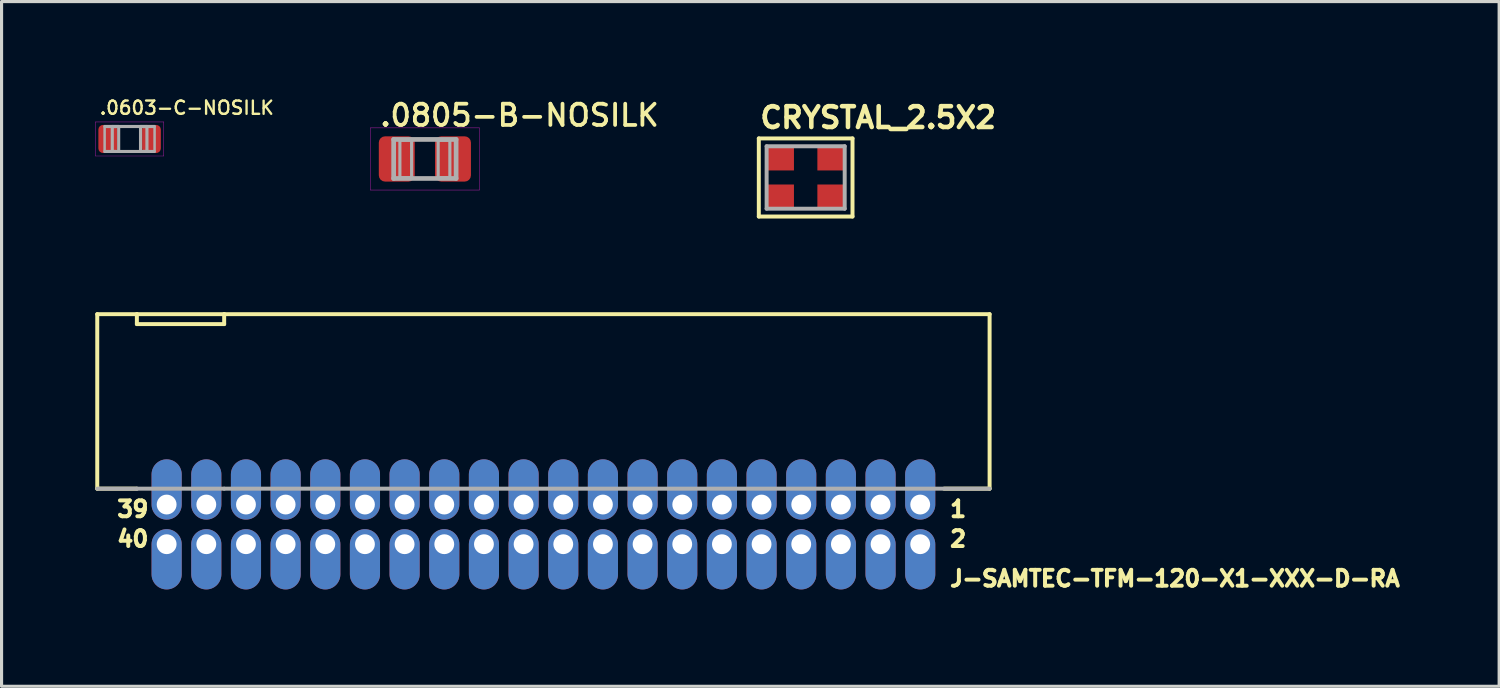
<source format=kicad_pcb>
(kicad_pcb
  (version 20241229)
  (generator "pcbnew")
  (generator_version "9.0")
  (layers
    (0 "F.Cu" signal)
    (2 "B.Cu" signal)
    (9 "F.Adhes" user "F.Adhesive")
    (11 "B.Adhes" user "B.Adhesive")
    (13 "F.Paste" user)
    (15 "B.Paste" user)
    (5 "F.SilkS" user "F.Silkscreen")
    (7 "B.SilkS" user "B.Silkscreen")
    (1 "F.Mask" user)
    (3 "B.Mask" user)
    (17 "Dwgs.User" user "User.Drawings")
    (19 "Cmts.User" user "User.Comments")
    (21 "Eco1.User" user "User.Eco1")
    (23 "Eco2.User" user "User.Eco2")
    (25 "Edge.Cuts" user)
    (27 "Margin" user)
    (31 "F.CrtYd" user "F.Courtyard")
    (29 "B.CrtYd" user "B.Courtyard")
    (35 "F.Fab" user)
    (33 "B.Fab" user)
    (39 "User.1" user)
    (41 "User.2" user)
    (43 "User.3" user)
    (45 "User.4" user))
  (footprint ".0805-B-NOSILK"
    (layer "F.Cu")
    (at 10.555 2.04)
    (property "Reference" ".0805-B-NOSILK" (at -1.5 -1 0) (layer "F.SilkS") (effects (font (size 0.68 0.68) (thickness 0.12)) (justify left bottom)))
    (fp_poly (pts (xy -0.26 0.79) (xy -1.54 0.79) (xy -1.54 -0.79) (xy -0.26 -0.79)) (stroke (width 0) (type default)) (fill yes) (layer "F.Mask"))
    (fp_poly (pts (xy 1.54 0.79) (xy 0.26 0.79) (xy 0.26 -0.79) (xy 1.54 -0.79)) (stroke (width 0) (type default)) (fill yes) (layer "F.Mask"))
    (fp_line (start -1.745 -0.995) (end -1.745 0.995) (stroke (width 0.01) (type solid)) (layer "F.CrtYd"))
    (fp_line (start -1.745 0.995) (end 1.745 0.995) (stroke (width 0.01) (type solid)) (layer "F.CrtYd"))
    (fp_line (start 1.745 -0.995) (end -1.745 -0.995) (stroke (width 0.01) (type solid)) (layer "F.CrtYd"))
    (fp_line (start 1.745 0.995) (end 1.745 -0.995) (stroke (width 0.01) (type solid)) (layer "F.CrtYd"))
    (fp_line (start -1 -0.625) (end 1 -0.625) (stroke (width 0.15) (type solid)) (layer "F.Fab"))
    (fp_line (start -1 0.625) (end -1 -0.625) (stroke (width 0.15) (type solid)) (layer "F.Fab"))
    (fp_line (start 1 -0.625) (end 1 0.625) (stroke (width 0.15) (type solid)) (layer "F.Fab"))
    (fp_line (start 1 0.625) (end -1 0.625) (stroke (width 0.15) (type solid)) (layer "F.Fab"))
    (fp_poly (pts (xy -0.8 0.6) (xy -0.425 0.6) (xy -0.425 -0.6) (xy -0.8 -0.6)) (stroke (width 0.1) (type default)) (fill no) (layer "F.Fab"))
    (fp_poly (pts (xy 0.425 0.6) (xy 0.8 0.6) (xy 0.8 -0.6) (xy 0.425 -0.6)) (stroke (width 0.1) (type default)) (fill no) (layer "F.Fab"))
    (pad "1" smd roundrect (at -0.9 0) (size 1.15 1.45) (layers "F.Cu" "F.Paste") (roundrect_rratio 0.175))
    (pad "2" smd roundrect (at 0.9 0) (size 1.15 1.45) (layers "F.Cu" "F.Paste") (roundrect_rratio 0.175)))
  (footprint ".0603-C-NOSILK"
    (layer "F.Cu")
    (at 1.1 1.4)
    (property "Reference" ".0603-C-NOSILK" (at -1 -0.75 0) (layer "F.SilkS") (effects (font (size 0.425 0.425) (thickness 0.075)) (justify left bottom)))
    (fp_line (start -0.845 -0.295) (end -0.845 0.295) (stroke (width 0.43) (type solid)) (layer "F.Mask"))
    (fp_line (start -0.555 -0.295) (end -0.845 -0.295) (stroke (width 0.43) (type solid)) (layer "F.Mask"))
    (fp_line (start -0.555 -0.295) (end -0.555 0.295) (stroke (width 0.43) (type solid)) (layer "F.Mask"))
    (fp_line (start -0.555 0.295) (end -0.845 0.295) (stroke (width 0.43) (type solid)) (layer "F.Mask"))
    (fp_line (start 0.555 -0.295) (end 0.555 0.295) (stroke (width 0.43) (type solid)) (layer "F.Mask"))
    (fp_line (start 0.845 -0.295) (end 0.555 -0.295) (stroke (width 0.43) (type solid)) (layer "F.Mask"))
    (fp_line (start 0.845 -0.295) (end 0.845 0.295) (stroke (width 0.43) (type solid)) (layer "F.Mask"))
    (fp_line (start 0.845 0.295) (end 0.555 0.295) (stroke (width 0.43) (type solid)) (layer "F.Mask"))
    (fp_line (start -1.095 -0.545) (end -1.095 0.545) (stroke (width 0.01) (type solid)) (layer "F.CrtYd"))
    (fp_line (start -1.095 0.545) (end 1.095 0.545) (stroke (width 0.01) (type solid)) (layer "F.CrtYd"))
    (fp_line (start 1.095 -0.545) (end -1.095 -0.545) (stroke (width 0.01) (type solid)) (layer "F.CrtYd"))
    (fp_line (start 1.095 0.545) (end 1.095 -0.545) (stroke (width 0.01) (type solid)) (layer "F.CrtYd"))
    (fp_line (start -0.8 0.41) (end -0.8 -0.41) (stroke (width 0.08) (type solid)) (layer "F.Fab"))
    (fp_line (start -0.79 -0.4) (end 0.79 -0.4) (stroke (width 0.1) (type solid)) (layer "F.Fab"))
    (fp_line (start 0.79 0.4) (end -0.79 0.4) (stroke (width 0.1) (type solid)) (layer "F.Fab"))
    (fp_line (start 0.8 -0.41) (end 0.8 0.41) (stroke (width 0.08) (type solid)) (layer "F.Fab"))
    (fp_poly (pts (xy -0.555 0.4) (xy -0.35 0.4) (xy -0.35 -0.4) (xy -0.555 -0.4)) (stroke (width 0.1) (type default)) (fill no) (layer "F.Fab"))
    (fp_poly (pts (xy 0.35 0.4) (xy 0.555 0.4) (xy 0.555 -0.4) (xy 0.35 -0.4)) (stroke (width 0.1) (type default)) (fill no) (layer "F.Fab"))
    (pad "1" smd roundrect (at -0.7 0) (size 0.6 0.9) (layers "F.Cu" "F.Paste") (roundrect_rratio 0.25))
    (pad "2" smd roundrect (at 0.7 0) (size 0.6 0.9) (layers "F.Cu" "F.Paste") (roundrect_rratio 0.25)))
  (footprint "CRYSTAL_2.5X2"
    (layer "F.Cu")
    (at 22.748 2.633)
    (property "Reference" "CRYSTAL_2.5X2" (at -1.532 -1.528 0) (layer "F.SilkS") (effects (font (size 0.666 0.666) (thickness 0.146)) (justify left bottom)))
    (fp_line (start -1.5 -1.25) (end 1.5 -1.25) (stroke (width 0.127) (type solid)) (layer "F.SilkS"))
    (fp_line (start -1.5 1.25) (end -1.5 -1.25) (stroke (width 0.127) (type solid)) (layer "F.SilkS"))
    (fp_line (start 1.5 -1.25) (end 1.5 1.25) (stroke (width 0.127) (type solid)) (layer "F.SilkS"))
    (fp_line (start 1.5 1.25) (end -1.5 1.25) (stroke (width 0.127) (type solid)) (layer "F.SilkS"))
    (fp_line (start -1.25 -1) (end 1.25 -1) (stroke (width 0.127) (type solid)) (layer "F.Fab"))
    (fp_line (start -1.25 1) (end -1.25 -1) (stroke (width 0.127) (type solid)) (layer "F.Fab"))
    (fp_line (start 1.25 -1) (end 1.25 1) (stroke (width 0.127) (type solid)) (layer "F.Fab"))
    (fp_line (start 1.25 1) (end -1.25 1) (stroke (width 0.127) (type solid)) (layer "F.Fab"))
    (pad "1" smd rect (at -0.825 0.625) (size 0.9 0.8) (layers "F.Cu" "F.Mask" "F.Paste"))
    (pad "2" smd rect (at 0.825 0.625) (size 0.9 0.8) (layers "F.Cu" "F.Mask" "F.Paste"))
    (pad "3" smd rect (at 0.825 -0.625) (size 0.9 0.8) (layers "F.Cu" "F.Mask" "F.Paste"))
    (pad "4" smd rect (at -0.825 -0.625) (size 0.9 0.8) (layers "F.Cu" "F.Mask" "F.Paste")))
  (footprint "J-SAMTEC-TFM-120-X1-XXX-D-RA"
    (layer "F.Cu")
    (at 14.351 13.741)
    (property "Reference" "J-SAMTEC-TFM-120-X1-XXX-D-RA" (at 12.954 2.032 0) (layer "F.SilkS") (effects (font (size 0.508 0.508) (thickness 0.127)) (justify left bottom)))
    (fp_line (start -14.287 -6.731) (end -13.018 -6.731) (stroke (width 0.127) (type solid)) (layer "F.SilkS"))
    (fp_line (start -14.287 -1.143) (end -14.287 -6.731) (stroke (width 0.127) (type solid)) (layer "F.SilkS"))
    (fp_line (start -14.287 -1.143) (end -13.018 -1.143) (stroke (width 0.127) (type solid)) (layer "F.SilkS"))
    (fp_line (start -13.018 -6.731) (end -13.018 -6.413) (stroke (width 0.127) (type solid)) (layer "F.SilkS"))
    (fp_line (start -13.018 -6.731) (end -10.223 -6.731) (stroke (width 0.127) (type solid)) (layer "F.SilkS"))
    (fp_line (start -13.018 -6.413) (end -10.223 -6.413) (stroke (width 0.127) (type solid)) (layer "F.SilkS"))
    (fp_line (start -10.223 -6.731) (end 14.287 -6.731) (stroke (width 0.127) (type solid)) (layer "F.SilkS"))
    (fp_line (start -10.223 -6.413) (end -10.223 -6.731) (stroke (width 0.127) (type solid)) (layer "F.SilkS"))
    (fp_line (start 12.827 -1.143) (end 14.287 -1.143) (stroke (width 0.127) (type solid)) (layer "F.SilkS"))
    (fp_line (start 14.287 -6.731) (end 14.287 -1.143) (stroke (width 0.127) (type solid)) (layer "F.SilkS"))
    (fp_line (start -14.287 -1.143) (end -13.018 -1.143) (stroke (width 0.127) (type solid)) (layer "F.Fab"))
    (fp_line (start -13.018 -1.143) (end -10.223 -1.143) (stroke (width 0.127) (type solid)) (layer "F.Fab"))
    (fp_line (start -10.223 -1.143) (end 14.287 -1.143) (stroke (width 0.127) (type solid)) (layer "F.Fab"))
    (fp_text user "2" (at 12.954 0.762 0) (layer "F.SilkS") (effects (font (size 0.508 0.508) (thickness 0.127)) (justify left bottom)))
    (fp_text user "1" (at 12.954 -0.191 0) (layer "F.SilkS") (effects (font (size 0.508 0.508) (thickness 0.127)) (justify left bottom)))
    (fp_text user "39" (at -13.716 -0.191 0) (layer "F.SilkS") (effects (font (size 0.508 0.508) (thickness 0.127)) (justify left bottom)))
    (fp_text user "40" (at -13.716 0.762 0) (layer "F.SilkS") (effects (font (size 0.508 0.508) (thickness 0.127)) (justify left bottom)))
    (pad "1" thru_hole oval (at 12.065 -0.635 90) (size 1.93 0.965) (drill 0.635 (offset 0.483 0)) (layers "*.Cu" "*.Mask"))
    (pad "2" thru_hole oval (at 12.065 0.635 270) (size 1.93 0.965) (drill 0.635 (offset 0.483 0)) (layers "*.Cu" "*.Mask"))
    (pad "3" thru_hole oval (at 10.795 -0.635 90) (size 1.93 0.965) (drill 0.635 (offset 0.483 0)) (layers "*.Cu" "*.Mask"))
    (pad "4" thru_hole oval (at 10.795 0.635 270) (size 1.93 0.965) (drill 0.635 (offset 0.483 0)) (layers "*.Cu" "*.Mask"))
    (pad "5" thru_hole oval (at 9.525 -0.635 90) (size 1.93 0.965) (drill 0.635 (offset 0.483 0)) (layers "*.Cu" "*.Mask"))
    (pad "6" thru_hole oval (at 9.525 0.635 270) (size 1.93 0.965) (drill 0.635 (offset 0.483 0)) (layers "*.Cu" "*.Mask"))
    (pad "7" thru_hole oval (at 8.255 -0.635 90) (size 1.93 0.965) (drill 0.635 (offset 0.483 0)) (layers "*.Cu" "*.Mask"))
    (pad "8" thru_hole oval (at 8.255 0.635 270) (size 1.93 0.965) (drill 0.635 (offset 0.483 0)) (layers "*.Cu" "*.Mask"))
    (pad "9" thru_hole oval (at 6.985 -0.635 90) (size 1.93 0.965) (drill 0.635 (offset 0.483 0)) (layers "*.Cu" "*.Mask"))
    (pad "10" thru_hole oval (at 6.985 0.635 270) (size 1.93 0.965) (drill 0.635 (offset 0.483 0)) (layers "*.Cu" "*.Mask"))
    (pad "11" thru_hole oval (at 5.715 -0.635 90) (size 1.93 0.965) (drill 0.635 (offset 0.483 0)) (layers "*.Cu" "*.Mask"))
    (pad "12" thru_hole oval (at 5.715 0.635 270) (size 1.93 0.965) (drill 0.635 (offset 0.483 0)) (layers "*.Cu" "*.Mask"))
    (pad "13" thru_hole oval (at 4.445 -0.635 90) (size 1.93 0.965) (drill 0.635 (offset 0.483 0)) (layers "*.Cu" "*.Mask"))
    (pad "14" thru_hole oval (at 4.445 0.635 270) (size 1.93 0.965) (drill 0.635 (offset 0.483 0)) (layers "*.Cu" "*.Mask"))
    (pad "15" thru_hole oval (at 3.175 -0.635 90) (size 1.93 0.965) (drill 0.635 (offset 0.483 0)) (layers "*.Cu" "*.Mask"))
    (pad "16" thru_hole oval (at 3.175 0.635 270) (size 1.93 0.965) (drill 0.635 (offset 0.483 0)) (layers "*.Cu" "*.Mask"))
    (pad "17" thru_hole oval (at 1.905 -0.635 90) (size 1.93 0.965) (drill 0.635 (offset 0.483 0)) (layers "*.Cu" "*.Mask"))
    (pad "18" thru_hole oval (at 1.905 0.635 270) (size 1.93 0.965) (drill 0.635 (offset 0.483 0)) (layers "*.Cu" "*.Mask"))
    (pad "19" thru_hole oval (at 0.635 -0.635 90) (size 1.93 0.965) (drill 0.635 (offset 0.483 0)) (layers "*.Cu" "*.Mask"))
    (pad "20" thru_hole oval (at 0.635 0.635 270) (size 1.93 0.965) (drill 0.635 (offset 0.483 0)) (layers "*.Cu" "*.Mask"))
    (pad "21" thru_hole oval (at -0.635 -0.635 90) (size 1.93 0.965) (drill 0.635 (offset 0.483 0)) (layers "*.Cu" "*.Mask"))
    (pad "22" thru_hole oval (at -0.635 0.635 270) (size 1.93 0.965) (drill 0.635 (offset 0.483 0)) (layers "*.Cu" "*.Mask"))
    (pad "23" thru_hole oval (at -1.905 -0.635 90) (size 1.93 0.965) (drill 0.635 (offset 0.483 0)) (layers "*.Cu" "*.Mask"))
    (pad "24" thru_hole oval (at -1.905 0.635 270) (size 1.93 0.965) (drill 0.635 (offset 0.483 0)) (layers "*.Cu" "*.Mask"))
    (pad "25" thru_hole oval (at -3.175 -0.635 90) (size 1.93 0.965) (drill 0.635 (offset 0.483 0)) (layers "*.Cu" "*.Mask"))
    (pad "26" thru_hole oval (at -3.175 0.635 270) (size 1.93 0.965) (drill 0.635 (offset 0.483 0)) (layers "*.Cu" "*.Mask"))
    (pad "27" thru_hole oval (at -4.445 -0.635 90) (size 1.93 0.965) (drill 0.635 (offset 0.483 0)) (layers "*.Cu" "*.Mask"))
    (pad "28" thru_hole oval (at -4.445 0.635 270) (size 1.93 0.965) (drill 0.635 (offset 0.483 0)) (layers "*.Cu" "*.Mask"))
    (pad "29" thru_hole oval (at -5.715 -0.635 90) (size 1.93 0.965) (drill 0.635 (offset 0.483 0)) (layers "*.Cu" "*.Mask"))
    (pad "30" thru_hole oval (at -5.715 0.635 270) (size 1.93 0.965) (drill 0.635 (offset 0.483 0)) (layers "*.Cu" "*.Mask"))
    (pad "31" thru_hole oval (at -6.985 -0.635 90) (size 1.93 0.965) (drill 0.635 (offset 0.483 0)) (layers "*.Cu" "*.Mask"))
    (pad "32" thru_hole oval (at -6.985 0.635 270) (size 1.93 0.965) (drill 0.635 (offset 0.483 0)) (layers "*.Cu" "*.Mask"))
    (pad "33" thru_hole oval (at -8.255 -0.635 90) (size 1.93 0.965) (drill 0.635 (offset 0.483 0)) (layers "*.Cu" "*.Mask"))
    (pad "34" thru_hole oval (at -8.255 0.635 270) (size 1.93 0.965) (drill 0.635 (offset 0.483 0)) (layers "*.Cu" "*.Mask"))
    (pad "35" thru_hole oval (at -9.525 -0.635 90) (size 1.93 0.965) (drill 0.635 (offset 0.483 0)) (layers "*.Cu" "*.Mask"))
    (pad "36" thru_hole oval (at -9.525 0.635 270) (size 1.93 0.965) (drill 0.635 (offset 0.483 0)) (layers "*.Cu" "*.Mask"))
    (pad "37" thru_hole oval (at -10.795 -0.635 90) (size 1.93 0.965) (drill 0.635 (offset 0.483 0)) (layers "*.Cu" "*.Mask"))
    (pad "38" thru_hole oval (at -10.795 0.635 270) (size 1.93 0.965) (drill 0.635 (offset 0.483 0)) (layers "*.Cu" "*.Mask"))
    (pad "39" thru_hole oval (at -12.065 -0.635 90) (size 1.93 0.965) (drill 0.635 (offset 0.483 0)) (layers "*.Cu" "*.Mask"))
    (pad "40" thru_hole oval (at -12.065 0.635 270) (size 1.93 0.965) (drill 0.635 (offset 0.483 0)) (layers "*.Cu" "*.Mask")))
  (gr_rect
    (start -3 -3)
    (end 44.954 18.925)
    (stroke (width 0.1) (type default))
    (fill no)
    (layer "Edge.Cuts")))
</source>
